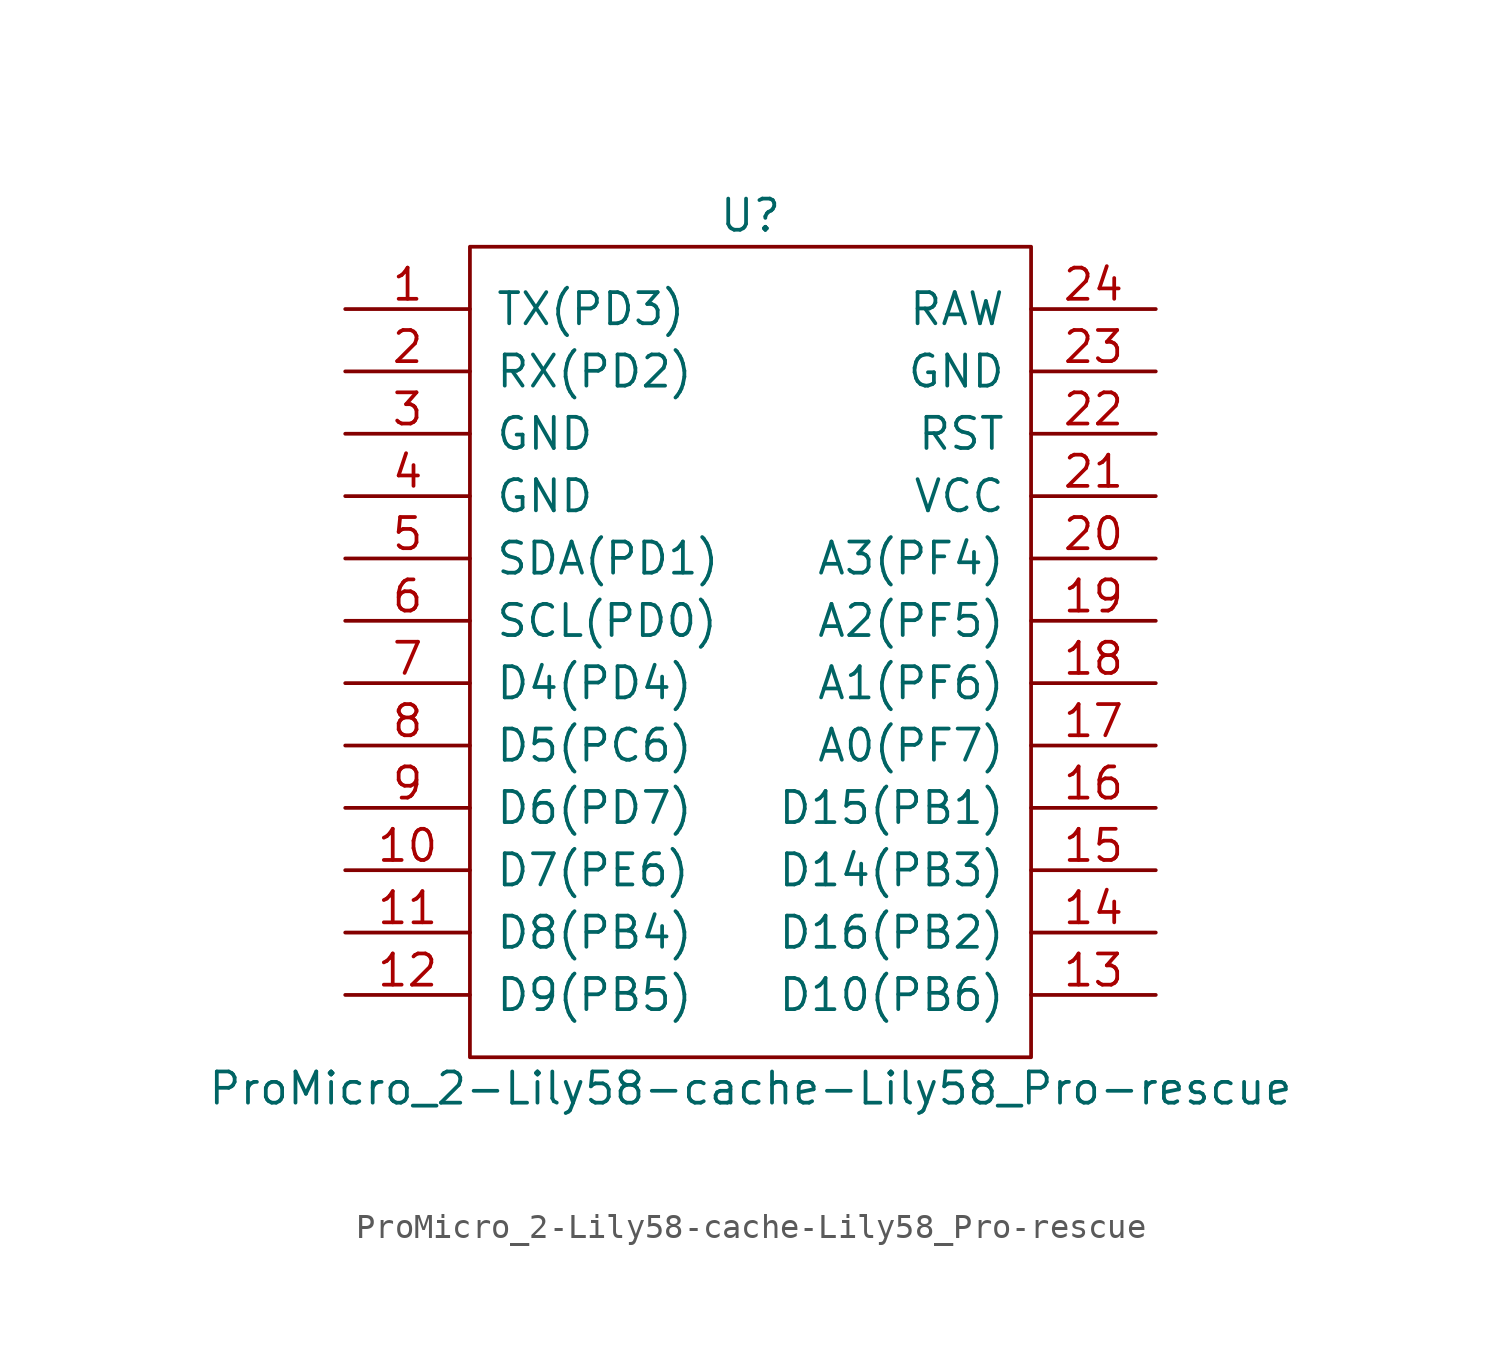
<source format=kicad_sym>
(kicad_symbol_lib
  (version 20231120)
  (generator "kicad_symbol_editor")
  (generator_version "8.0")
  (symbol "ProMicro_2-Lily58-cache-Lily58_Pro-rescue"
    (pin_names
      (offset 1.016))
    (property "Reference" "U"
      (at 0 17.78 0)
      (effects (font (size 1.27 1.27))))
    (property "Value" "ProMicro_2-Lily58-cache-Lily58_Pro-rescue"
      (at 0 -17.78 0)
      (effects (font (size 1.27 1.27))))
    (symbol "ProMicro_2-Lily58-cache-Lily58_Pro-rescue_0_1"
      (rectangle (start -11.43 16.51) (end 11.43 -16.51) (stroke (width 0) (type solid)) (fill (type none))))
    (symbol "ProMicro_2-Lily58-cache-Lily58_Pro-rescue_1_1"
      (pin input line (at -16.51 13.97 0) (length 5.08) (name "TX(PD3)" (effects (font (size 1.27 1.27)))) (number "1" (effects (font (size 1.27 1.27)))))
      (pin input line (at -16.51 -8.89 0) (length 5.08) (name "D7(PE6)" (effects (font (size 1.27 1.27)))) (number "10" (effects (font (size 1.27 1.27)))))
      (pin input line (at -16.51 -11.43 0) (length 5.08) (name "D8(PB4)" (effects (font (size 1.27 1.27)))) (number "11" (effects (font (size 1.27 1.27)))))
      (pin input line (at -16.51 -13.97 0) (length 5.08) (name "D9(PB5)" (effects (font (size 1.27 1.27)))) (number "12" (effects (font (size 1.27 1.27)))))
      (pin input line (at 16.51 -13.97 180) (length 5.08) (name "D10(PB6)" (effects (font (size 1.27 1.27)))) (number "13" (effects (font (size 1.27 1.27)))))
      (pin input line (at 16.51 -11.43 180) (length 5.08) (name "D16(PB2)" (effects (font (size 1.27 1.27)))) (number "14" (effects (font (size 1.27 1.27)))))
      (pin input line (at 16.51 -8.89 180) (length 5.08) (name "D14(PB3)" (effects (font (size 1.27 1.27)))) (number "15" (effects (font (size 1.27 1.27)))))
      (pin input line (at 16.51 -6.35 180) (length 5.08) (name "D15(PB1)" (effects (font (size 1.27 1.27)))) (number "16" (effects (font (size 1.27 1.27)))))
      (pin input line (at 16.51 -3.81 180) (length 5.08) (name "A0(PF7)" (effects (font (size 1.27 1.27)))) (number "17" (effects (font (size 1.27 1.27)))))
      (pin input line (at 16.51 -1.27 180) (length 5.08) (name "A1(PF6)" (effects (font (size 1.27 1.27)))) (number "18" (effects (font (size 1.27 1.27)))))
      (pin input line (at 16.51 1.27 180) (length 5.08) (name "A2(PF5)" (effects (font (size 1.27 1.27)))) (number "19" (effects (font (size 1.27 1.27)))))
      (pin input line (at -16.51 11.43 0) (length 5.08) (name "RX(PD2)" (effects (font (size 1.27 1.27)))) (number "2" (effects (font (size 1.27 1.27)))))
      (pin input line (at 16.51 3.81 180) (length 5.08) (name "A3(PF4)" (effects (font (size 1.27 1.27)))) (number "20" (effects (font (size 1.27 1.27)))))
      (pin input line (at 16.51 6.35 180) (length 5.08) (name "VCC" (effects (font (size 1.27 1.27)))) (number "21" (effects (font (size 1.27 1.27)))))
      (pin input line (at 16.51 8.89 180) (length 5.08) (name "RST" (effects (font (size 1.27 1.27)))) (number "22" (effects (font (size 1.27 1.27)))))
      (pin input line (at 16.51 11.43 180) (length 5.08) (name "GND" (effects (font (size 1.27 1.27)))) (number "23" (effects (font (size 1.27 1.27)))))
      (pin input line (at 16.51 13.97 180) (length 5.08) (name "RAW" (effects (font (size 1.27 1.27)))) (number "24" (effects (font (size 1.27 1.27)))))
      (pin input line (at -16.51 8.89 0) (length 5.08) (name "GND" (effects (font (size 1.27 1.27)))) (number "3" (effects (font (size 1.27 1.27)))))
      (pin input line (at -16.51 6.35 0) (length 5.08) (name "GND" (effects (font (size 1.27 1.27)))) (number "4" (effects (font (size 1.27 1.27)))))
      (pin input line (at -16.51 3.81 0) (length 5.08) (name "SDA(PD1)" (effects (font (size 1.27 1.27)))) (number "5" (effects (font (size 1.27 1.27)))))
      (pin input line (at -16.51 1.27 0) (length 5.08) (name "SCL(PD0)" (effects (font (size 1.27 1.27)))) (number "6" (effects (font (size 1.27 1.27)))))
      (pin input line (at -16.51 -1.27 0) (length 5.08) (name "D4(PD4)" (effects (font (size 1.27 1.27)))) (number "7" (effects (font (size 1.27 1.27)))))
      (pin input line (at -16.51 -3.81 0) (length 5.08) (name "D5(PC6)" (effects (font (size 1.27 1.27)))) (number "8" (effects (font (size 1.27 1.27)))))
      (pin input line (at -16.51 -6.35 0) (length 5.08) (name "D6(PD7)" (effects (font (size 1.27 1.27)))) (number "9" (effects (font (size 1.27 1.27))))))))
</source>
